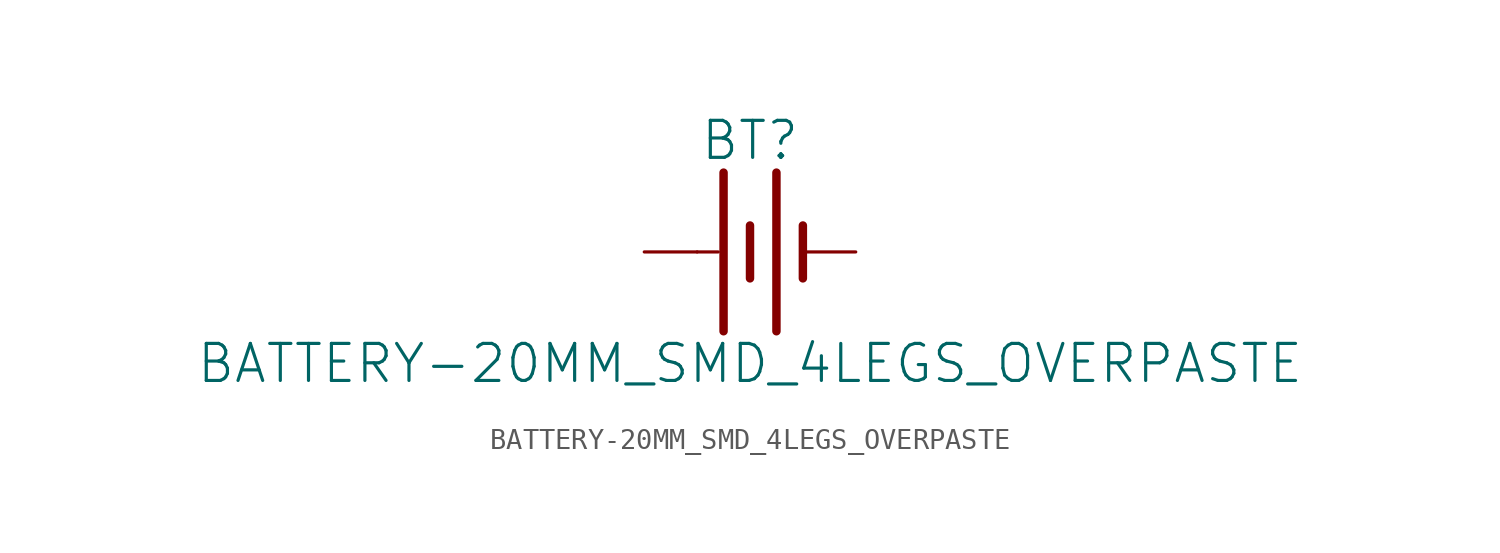
<source format=kicad_sym>
(kicad_symbol_lib
  (version 20211014)
  (generator kicad_symbol_editor)
  (symbol "BATTERY-20MM_SMD_4LEGS_OVERPASTE"
    (property "Reference" "BT"
      (at 0 4.318 0)
      (effects (font (size 1.778 1.778)) (justify bottom)))
    (property "Value" "BATTERY-20MM_SMD_4LEGS_OVERPASTE"
      (at 0 -4.318 0)
      (effects (font (size 1.778 1.778)) (justify top)))
    (property "ki_locked" ""
      (at 0 0 0)
      (effects (font (size 1.27 1.27))))
    (symbol "BATTERY-20MM_SMD_4LEGS_OVERPASTE_1_0"
      (polyline (pts (xy -2.54 0) (xy -1.524 0)) (stroke (width 0.152) (type default) (color 0 0 0 0)) (fill (type none)))
      (polyline (pts (xy -1.27 3.81) (xy -1.27 -3.81)) (stroke (width 0.406) (type default) (color 0 0 0 0)) (fill (type none)))
      (polyline (pts (xy 0 1.27) (xy 0 -1.27)) (stroke (width 0.406) (type default) (color 0 0 0 0)) (fill (type none)))
      (polyline (pts (xy 1.27 3.81) (xy 1.27 -3.81)) (stroke (width 0.406) (type default) (color 0 0 0 0)) (fill (type none)))
      (polyline (pts (xy 2.54 1.27) (xy 2.54 -1.27)) (stroke (width 0.406) (type default) (color 0 0 0 0)) (fill (type none)))
      (pin power_in line (at -5.08 0 0) (length 2.54) (name "+" (effects (font (size 0 0)))) (number "1" (effects (font (size 0 0)))))
      (pin power_in line (at 5.08 0 180) (length 2.54) (name "-" (effects (font (size 0 0)))) (number "2" (effects (font (size 0 0))))))))
</source>
